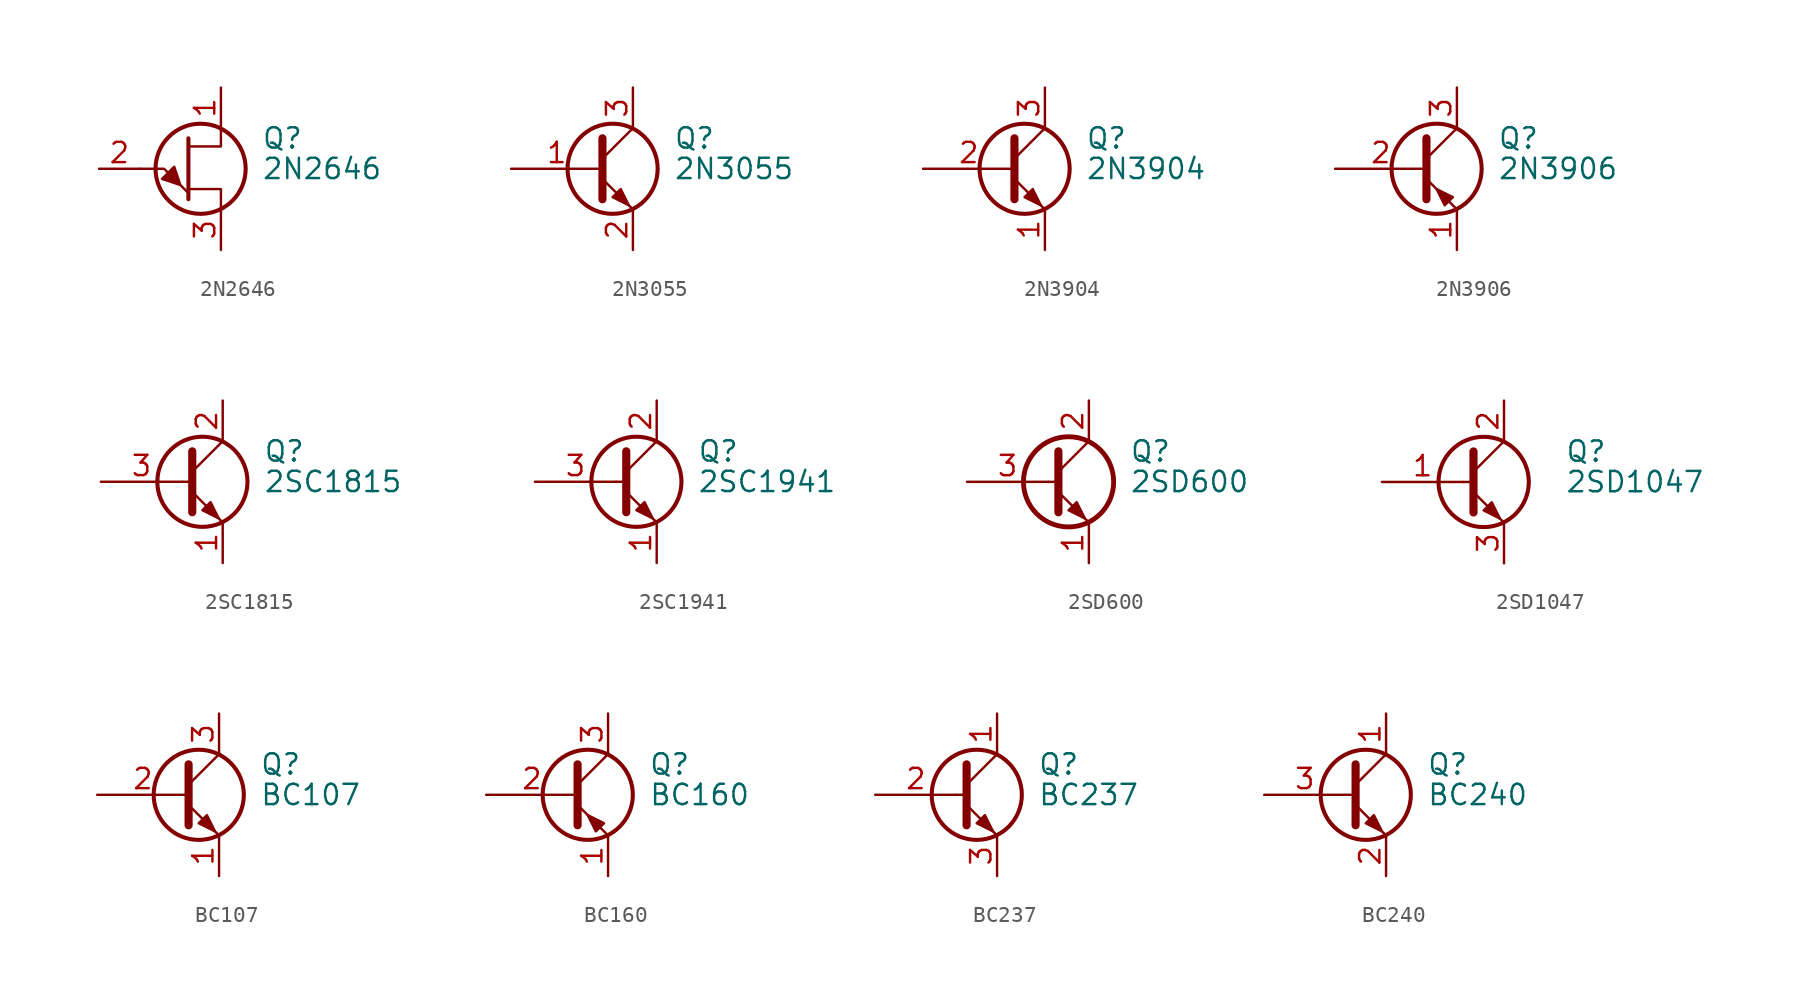
<source format=kicad_sym>
(kicad_symbol_lib
  (version 20241209)
  (generator "kicad_symbol_editor")
  (generator_version "9.0")
  (symbol "2N2646"
    (pin_names
      (offset 0)
      (hide yes))
    (property "Reference" "Q"
      (at 5.08 1.905 0)
      (effects (font (size 1.27 1.27)) (justify left)))
    (property "Value" "2N2646"
      (at 5.08 0 0)
      (effects (font (size 1.27 1.27)) (justify left)))
    (symbol "2N2646_0_1"
      (polyline (pts (xy -2.54 0) (xy -1.016 0) (xy 0.508 -1.524)) (stroke (width 0) (type default)) (fill (type none)))
      (polyline (pts (xy 0 -1.016) (xy -0.381 0.127) (xy -1.143 -0.635) (xy 0 -1.016)) (stroke (width 0) (type default)) (fill (type outline)))
      (polyline (pts (xy 0.508 1.905) (xy 0.508 -1.905) (xy 0.508 -1.905)) (stroke (width 0.254) (type default)) (fill (type none)))
      (circle (center 1.27 0) (radius 2.819) (stroke (width 0.254) (type default)) (fill (type none)))
      (polyline (pts (xy 2.54 2.54) (xy 2.54 1.397) (xy 0.508 1.397)) (stroke (width 0) (type default)) (fill (type none)))
      (polyline (pts (xy 2.54 -2.54) (xy 2.54 -1.27) (xy 0.508 -1.27)) (stroke (width 0) (type default)) (fill (type none))))
    (symbol "2N2646_1_1"
      (pin input line (at -5.08 0 0) (length 2.54) (name "E" (effects (font (size 1.27 1.27)))) (number "2" (effects (font (size 1.27 1.27)))))
      (pin passive line (at 2.54 5.08 270) (length 2.54) (name "B2" (effects (font (size 1.27 1.27)))) (number "1" (effects (font (size 1.27 1.27)))))
      (pin passive line (at 2.54 -5.08 90) (length 2.54) (name "B1" (effects (font (size 1.27 1.27)))) (number "3" (effects (font (size 1.27 1.27)))))))
  (symbol "2N3055"
    (pin_names
      (offset 0)
      (hide yes))
    (property "Reference" "Q"
      (at 5.08 1.905 0)
      (effects (font (size 1.27 1.27)) (justify left)))
    (property "Value" "2N3055"
      (at 5.08 0 0)
      (effects (font (size 1.27 1.27)) (justify left)))
    (symbol "2N3055_0_1"
      (polyline (pts (xy 0.635 1.905) (xy 0.635 -1.905) (xy 0.635 -1.905)) (stroke (width 0.508) (type default)) (fill (type none)))
      (polyline (pts (xy 0.635 0.635) (xy 2.54 2.54)) (stroke (width 0) (type default)) (fill (type none)))
      (polyline (pts (xy 0.635 -0.635) (xy 2.54 -2.54) (xy 2.54 -2.54)) (stroke (width 0) (type default)) (fill (type none)))
      (circle (center 1.27 0) (radius 2.819) (stroke (width 0.254) (type default)) (fill (type none)))
      (polyline (pts (xy 1.27 -1.778) (xy 1.778 -1.27) (xy 2.286 -2.286) (xy 1.27 -1.778) (xy 1.27 -1.778)) (stroke (width 0) (type default)) (fill (type outline))))
    (symbol "2N3055_1_1"
      (pin input line (at -5.08 0 0) (length 5.715) (name "B" (effects (font (size 1.27 1.27)))) (number "1" (effects (font (size 1.27 1.27)))))
      (pin passive line (at 2.54 5.08 270) (length 2.54) (name "C" (effects (font (size 1.27 1.27)))) (number "3" (effects (font (size 1.27 1.27)))))
      (pin passive line (at 2.54 -5.08 90) (length 2.54) (name "E" (effects (font (size 1.27 1.27)))) (number "2" (effects (font (size 1.27 1.27)))))))
  (symbol "2N3904"
    (pin_names
      (offset 0)
      (hide yes))
    (property "Reference" "Q"
      (at 5.08 1.905 0)
      (effects (font (size 1.27 1.27)) (justify left)))
    (property "Value" "2N3904"
      (at 5.08 0 0)
      (effects (font (size 1.27 1.27)) (justify left)))
    (symbol "2N3904_0_1"
      (polyline (pts (xy 0.635 1.905) (xy 0.635 -1.905) (xy 0.635 -1.905)) (stroke (width 0.508) (type default)) (fill (type none)))
      (polyline (pts (xy 0.635 0.635) (xy 2.54 2.54)) (stroke (width 0) (type default)) (fill (type none)))
      (polyline (pts (xy 0.635 -0.635) (xy 2.54 -2.54) (xy 2.54 -2.54)) (stroke (width 0) (type default)) (fill (type none)))
      (circle (center 1.27 0) (radius 2.819) (stroke (width 0.254) (type default)) (fill (type none)))
      (polyline (pts (xy 1.27 -1.778) (xy 1.778 -1.27) (xy 2.286 -2.286) (xy 1.27 -1.778) (xy 1.27 -1.778)) (stroke (width 0) (type default)) (fill (type outline))))
    (symbol "2N3904_1_1"
      (pin passive line (at -5.08 0 0) (length 5.715) (name "B" (effects (font (size 1.27 1.27)))) (number "2" (effects (font (size 1.27 1.27)))))
      (pin passive line (at 2.54 5.08 270) (length 2.54) (name "C" (effects (font (size 1.27 1.27)))) (number "3" (effects (font (size 1.27 1.27)))))
      (pin passive line (at 2.54 -5.08 90) (length 2.54) (name "E" (effects (font (size 1.27 1.27)))) (number "1" (effects (font (size 1.27 1.27)))))))
  (symbol "2N3906"
    (pin_names
      (offset 0)
      (hide yes))
    (property "Reference" "Q"
      (at 5.08 1.905 0)
      (effects (font (size 1.27 1.27)) (justify left)))
    (property "Value" "2N3906"
      (at 5.08 0 0)
      (effects (font (size 1.27 1.27)) (justify left)))
    (symbol "2N3906_0_1"
      (polyline (pts (xy 0.635 1.905) (xy 0.635 -1.905) (xy 0.635 -1.905)) (stroke (width 0.508) (type default)) (fill (type none)))
      (polyline (pts (xy 0.635 0.635) (xy 2.54 2.54)) (stroke (width 0) (type default)) (fill (type none)))
      (polyline (pts (xy 0.635 -0.635) (xy 2.54 -2.54) (xy 2.54 -2.54)) (stroke (width 0) (type default)) (fill (type none)))
      (circle (center 1.27 0) (radius 2.819) (stroke (width 0.254) (type default)) (fill (type none)))
      (polyline (pts (xy 2.286 -1.778) (xy 1.778 -2.286) (xy 1.27 -1.27) (xy 2.286 -1.778) (xy 2.286 -1.778)) (stroke (width 0) (type default)) (fill (type outline))))
    (symbol "2N3906_1_1"
      (pin input line (at -5.08 0 0) (length 5.715) (name "B" (effects (font (size 1.27 1.27)))) (number "2" (effects (font (size 1.27 1.27)))))
      (pin passive line (at 2.54 5.08 270) (length 2.54) (name "C" (effects (font (size 1.27 1.27)))) (number "3" (effects (font (size 1.27 1.27)))))
      (pin passive line (at 2.54 -5.08 90) (length 2.54) (name "E" (effects (font (size 1.27 1.27)))) (number "1" (effects (font (size 1.27 1.27)))))))
  (symbol "2SC1815"
    (pin_names
      (offset 0)
      (hide yes))
    (property "Reference" "Q"
      (at 5.08 1.905 0)
      (effects (font (size 1.27 1.27)) (justify left)))
    (property "Value" "2SC1815"
      (at 5.08 0 0)
      (effects (font (size 1.27 1.27)) (justify left)))
    (symbol "2SC1815_0_1"
      (polyline (pts (xy 0 0) (xy 0.508 0)) (stroke (width 0) (type default)) (fill (type none)))
      (polyline (pts (xy 0.635 1.905) (xy 0.635 -1.905) (xy 0.635 -1.905)) (stroke (width 0.508) (type default)) (fill (type none)))
      (polyline (pts (xy 0.635 0.635) (xy 2.54 2.54)) (stroke (width 0) (type default)) (fill (type none)))
      (polyline (pts (xy 0.635 -0.635) (xy 2.54 -2.54) (xy 2.54 -2.54)) (stroke (width 0) (type default)) (fill (type none)))
      (circle (center 1.27 0) (radius 2.819) (stroke (width 0.254) (type default)) (fill (type none)))
      (polyline (pts (xy 1.27 -1.778) (xy 1.778 -1.27) (xy 2.286 -2.286) (xy 1.27 -1.778) (xy 1.27 -1.778)) (stroke (width 0) (type default)) (fill (type outline))))
    (symbol "2SC1815_1_1"
      (pin input line (at -5.08 0 0) (length 5.08) (name "B" (effects (font (size 1.27 1.27)))) (number "3" (effects (font (size 1.27 1.27)))))
      (pin passive line (at 2.54 5.08 270) (length 2.54) (name "C" (effects (font (size 1.27 1.27)))) (number "2" (effects (font (size 1.27 1.27)))))
      (pin passive line (at 2.54 -5.08 90) (length 2.54) (name "E" (effects (font (size 1.27 1.27)))) (number "1" (effects (font (size 1.27 1.27)))))))
  (symbol "2SC1941"
    (pin_names
      (offset 0)
      (hide yes))
    (property "Reference" "Q"
      (at 5.08 1.905 0)
      (effects (font (size 1.27 1.27)) (justify left)))
    (property "Value" "2SC1941"
      (at 5.08 0 0)
      (effects (font (size 1.27 1.27)) (justify left)))
    (symbol "2SC1941_0_1"
      (polyline (pts (xy 0 0) (xy 0.635 0)) (stroke (width 0) (type default)) (fill (type none)))
      (polyline (pts (xy 0.635 1.905) (xy 0.635 -1.905) (xy 0.635 -1.905)) (stroke (width 0.508) (type default)) (fill (type none)))
      (polyline (pts (xy 0.635 0.635) (xy 2.54 2.54)) (stroke (width 0) (type default)) (fill (type none)))
      (polyline (pts (xy 0.635 -0.635) (xy 2.54 -2.54) (xy 2.54 -2.54)) (stroke (width 0) (type default)) (fill (type none)))
      (circle (center 1.27 0) (radius 2.819) (stroke (width 0.254) (type default)) (fill (type none)))
      (polyline (pts (xy 1.27 -1.778) (xy 1.778 -1.27) (xy 2.286 -2.286) (xy 1.27 -1.778) (xy 1.27 -1.778)) (stroke (width 0) (type default)) (fill (type outline))))
    (symbol "2SC1941_1_1"
      (pin input line (at -5.08 0 0) (length 5.08) (name "B" (effects (font (size 1.27 1.27)))) (number "3" (effects (font (size 1.27 1.27)))))
      (pin passive line (at 2.54 5.08 270) (length 2.54) (name "C" (effects (font (size 1.27 1.27)))) (number "2" (effects (font (size 1.27 1.27)))))
      (pin passive line (at 2.54 -5.08 90) (length 2.54) (name "E" (effects (font (size 1.27 1.27)))) (number "1" (effects (font (size 1.27 1.27)))))))
  (symbol "2SD600"
    (pin_names
      (offset 0)
      (hide yes))
    (property "Reference" "Q"
      (at 5.08 1.905 0)
      (effects (font (size 1.27 1.27)) (justify left)))
    (property "Value" "2SD600"
      (at 5.08 0 0)
      (effects (font (size 1.27 1.27)) (justify left)))
    (symbol "2SD600_0_1"
      (polyline (pts (xy 0 0) (xy 0.635 0)) (stroke (width 0) (type default)) (fill (type none)))
      (polyline (pts (xy 0.635 1.905) (xy 0.635 -1.905) (xy 0.635 -1.905)) (stroke (width 0.508) (type default)) (fill (type outline)))
      (circle (center 1.27 0) (radius 2.819) (stroke (width 0.305) (type default)) (fill (type none)))
      (polyline (pts (xy 1.27 -1.778) (xy 1.778 -1.27) (xy 2.286 -2.286) (xy 1.27 -1.778) (xy 1.27 -1.778)) (stroke (width 0) (type default)) (fill (type outline)))
      (polyline (pts (xy 2.54 2.54) (xy 0.635 0.635)) (stroke (width 0) (type default)) (fill (type none)))
      (polyline (pts (xy 2.54 -2.54) (xy 0.635 -0.635)) (stroke (width 0) (type default)) (fill (type none))))
    (symbol "2SD600_1_1"
      (pin input line (at -5.08 0 0) (length 5.08) (name "B" (effects (font (size 1.27 1.27)))) (number "3" (effects (font (size 1.27 1.27)))))
      (pin passive line (at 2.54 5.08 270) (length 2.54) (name "C" (effects (font (size 1.27 1.27)))) (number "2" (effects (font (size 1.27 1.27)))))
      (pin passive line (at 2.54 -5.08 90) (length 2.54) (name "E" (effects (font (size 1.27 1.27)))) (number "1" (effects (font (size 1.27 1.27)))))))
  (symbol "2SD1047"
    (pin_names
      (offset 0)
      (hide yes))
    (property "Reference" "Q"
      (at 6.35 1.905 0)
      (effects (font (size 1.27 1.27)) (justify left)))
    (property "Value" "2SD1047"
      (at 6.35 0 0)
      (effects (font (size 1.27 1.27)) (justify left)))
    (symbol "2SD1047_0_1"
      (polyline (pts (xy 0 0) (xy 0.762 0)) (stroke (width 0) (type default)) (fill (type none)))
      (polyline (pts (xy 0.635 1.905) (xy 0.635 -1.905) (xy 0.635 -1.905)) (stroke (width 0.508) (type default)) (fill (type none)))
      (polyline (pts (xy 0.635 0.635) (xy 2.54 2.54)) (stroke (width 0) (type default)) (fill (type none)))
      (polyline (pts (xy 0.635 -0.635) (xy 2.54 -2.54) (xy 2.54 -2.54)) (stroke (width 0) (type default)) (fill (type none)))
      (circle (center 1.27 0) (radius 2.819) (stroke (width 0.254) (type default)) (fill (type none)))
      (polyline (pts (xy 1.27 -1.778) (xy 1.778 -1.27) (xy 2.286 -2.286) (xy 1.27 -1.778) (xy 1.27 -1.778)) (stroke (width 0) (type default)) (fill (type outline))))
    (symbol "2SD1047_1_1"
      (pin input line (at -5.08 0 0) (length 5.08) (name "B" (effects (font (size 1.27 1.27)))) (number "1" (effects (font (size 1.27 1.27)))))
      (pin passive line (at 2.54 5.08 270) (length 2.54) (name "C" (effects (font (size 1.27 1.27)))) (number "2" (effects (font (size 1.27 1.27)))))
      (pin passive line (at 2.54 -5.08 90) (length 2.54) (name "E" (effects (font (size 1.27 1.27)))) (number "3" (effects (font (size 1.27 1.27)))))))
  (symbol "BC107"
    (pin_names
      (offset 0)
      (hide yes))
    (property "Reference" "Q"
      (at 5.08 1.905 0)
      (effects (font (size 1.27 1.27)) (justify left)))
    (property "Value" "BC107"
      (at 5.08 0 0)
      (effects (font (size 1.27 1.27)) (justify left)))
    (symbol "BC107_0_1"
      (polyline (pts (xy 0.635 1.905) (xy 0.635 -1.905) (xy 0.635 -1.905)) (stroke (width 0.508) (type default)) (fill (type none)))
      (polyline (pts (xy 0.635 0.635) (xy 2.54 2.54)) (stroke (width 0) (type default)) (fill (type none)))
      (polyline (pts (xy 0.635 -0.635) (xy 2.54 -2.54) (xy 2.54 -2.54)) (stroke (width 0) (type default)) (fill (type none)))
      (circle (center 1.27 0) (radius 2.819) (stroke (width 0.254) (type default)) (fill (type none)))
      (polyline (pts (xy 1.27 -1.778) (xy 1.778 -1.27) (xy 2.286 -2.286) (xy 1.27 -1.778) (xy 1.27 -1.778)) (stroke (width 0) (type default)) (fill (type outline))))
    (symbol "BC107_1_1"
      (pin input line (at -5.08 0 0) (length 5.715) (name "B" (effects (font (size 1.27 1.27)))) (number "2" (effects (font (size 1.27 1.27)))))
      (pin passive line (at 2.54 5.08 270) (length 2.54) (name "C" (effects (font (size 1.27 1.27)))) (number "3" (effects (font (size 1.27 1.27)))))
      (pin passive line (at 2.54 -5.08 90) (length 2.54) (name "E" (effects (font (size 1.27 1.27)))) (number "1" (effects (font (size 1.27 1.27)))))))
  (symbol "BC160"
    (pin_names
      (offset 0)
      (hide yes))
    (property "Reference" "Q"
      (at 5.08 1.905 0)
      (effects (font (size 1.27 1.27)) (justify left)))
    (property "Value" "BC160"
      (at 5.08 0 0)
      (effects (font (size 1.27 1.27)) (justify left)))
    (symbol "BC160_0_1"
      (polyline (pts (xy 0.635 1.905) (xy 0.635 -1.905) (xy 0.635 -1.905)) (stroke (width 0.508) (type default)) (fill (type none)))
      (polyline (pts (xy 0.635 0.635) (xy 2.54 2.54)) (stroke (width 0) (type default)) (fill (type none)))
      (polyline (pts (xy 0.635 -0.635) (xy 2.54 -2.54) (xy 2.54 -2.54)) (stroke (width 0) (type default)) (fill (type none)))
      (circle (center 1.27 0) (radius 2.819) (stroke (width 0.254) (type default)) (fill (type none)))
      (polyline (pts (xy 2.286 -1.778) (xy 1.778 -2.286) (xy 1.27 -1.27) (xy 2.286 -1.778) (xy 2.286 -1.778)) (stroke (width 0) (type default)) (fill (type outline))))
    (symbol "BC160_1_1"
      (pin input line (at -5.08 0 0) (length 5.715) (name "B" (effects (font (size 1.27 1.27)))) (number "2" (effects (font (size 1.27 1.27)))))
      (pin passive line (at 2.54 5.08 270) (length 2.54) (name "C" (effects (font (size 1.27 1.27)))) (number "3" (effects (font (size 1.27 1.27)))))
      (pin passive line (at 2.54 -5.08 90) (length 2.54) (name "E" (effects (font (size 1.27 1.27)))) (number "1" (effects (font (size 1.27 1.27)))))))
  (symbol "BC237"
    (pin_names
      (offset 0)
      (hide yes))
    (property "Reference" "Q"
      (at 5.08 1.905 0)
      (effects (font (size 1.27 1.27)) (justify left)))
    (property "Value" "BC237"
      (at 5.08 0 0)
      (effects (font (size 1.27 1.27)) (justify left)))
    (symbol "BC237_0_1"
      (polyline (pts (xy 0 0) (xy 0.635 0)) (stroke (width 0) (type default)) (fill (type none)))
      (polyline (pts (xy 0.635 1.905) (xy 0.635 -1.905) (xy 0.635 -1.905)) (stroke (width 0.508) (type default)) (fill (type none)))
      (polyline (pts (xy 0.635 0.635) (xy 2.54 2.54)) (stroke (width 0) (type default)) (fill (type none)))
      (polyline (pts (xy 0.635 -0.635) (xy 2.54 -2.54) (xy 2.54 -2.54)) (stroke (width 0) (type default)) (fill (type none)))
      (circle (center 1.27 0) (radius 2.819) (stroke (width 0.254) (type default)) (fill (type none)))
      (polyline (pts (xy 1.27 -1.778) (xy 1.778 -1.27) (xy 2.286 -2.286) (xy 1.27 -1.778) (xy 1.27 -1.778)) (stroke (width 0) (type default)) (fill (type outline))))
    (symbol "BC237_1_1"
      (pin input line (at -5.08 0 0) (length 5.08) (name "B" (effects (font (size 1.27 1.27)))) (number "2" (effects (font (size 1.27 1.27)))))
      (pin passive line (at 2.54 5.08 270) (length 2.54) (name "C" (effects (font (size 1.27 1.27)))) (number "1" (effects (font (size 1.27 1.27)))))
      (pin passive line (at 2.54 -5.08 90) (length 2.54) (name "E" (effects (font (size 1.27 1.27)))) (number "3" (effects (font (size 1.27 1.27)))))))
  (symbol "BC240"
    (pin_names
      (offset 0)
      (hide yes))
    (property "Reference" "Q"
      (at 5.08 1.905 0)
      (effects (font (size 1.27 1.27)) (justify left)))
    (property "Value" "BC240"
      (at 5.08 0 0)
      (effects (font (size 1.27 1.27)) (justify left)))
    (symbol "BC240_0_1"
      (polyline (pts (xy 0 0) (xy 0.635 0)) (stroke (width 0) (type default)) (fill (type none)))
      (polyline (pts (xy 0.635 1.905) (xy 0.635 -1.905) (xy 0.635 -1.905)) (stroke (width 0.508) (type default)) (fill (type none)))
      (polyline (pts (xy 0.635 0.635) (xy 2.54 2.54)) (stroke (width 0) (type default)) (fill (type none)))
      (polyline (pts (xy 0.635 -0.635) (xy 2.54 -2.54) (xy 2.54 -2.54)) (stroke (width 0) (type default)) (fill (type none)))
      (circle (center 1.27 0) (radius 2.819) (stroke (width 0.254) (type default)) (fill (type none)))
      (polyline (pts (xy 1.27 -1.778) (xy 1.778 -1.27) (xy 2.286 -2.286) (xy 1.27 -1.778) (xy 1.27 -1.778)) (stroke (width 0) (type default)) (fill (type outline))))
    (symbol "BC240_1_1"
      (pin input line (at -5.08 0 0) (length 5.08) (name "B" (effects (font (size 1.27 1.27)))) (number "3" (effects (font (size 1.27 1.27)))))
      (pin passive line (at 2.54 5.08 270) (length 2.54) (name "C" (effects (font (size 1.27 1.27)))) (number "1" (effects (font (size 1.27 1.27)))))
      (pin passive line (at 2.54 -5.08 90) (length 2.54) (name "E" (effects (font (size 1.27 1.27)))) (number "2" (effects (font (size 1.27 1.27))))))))
</source>
